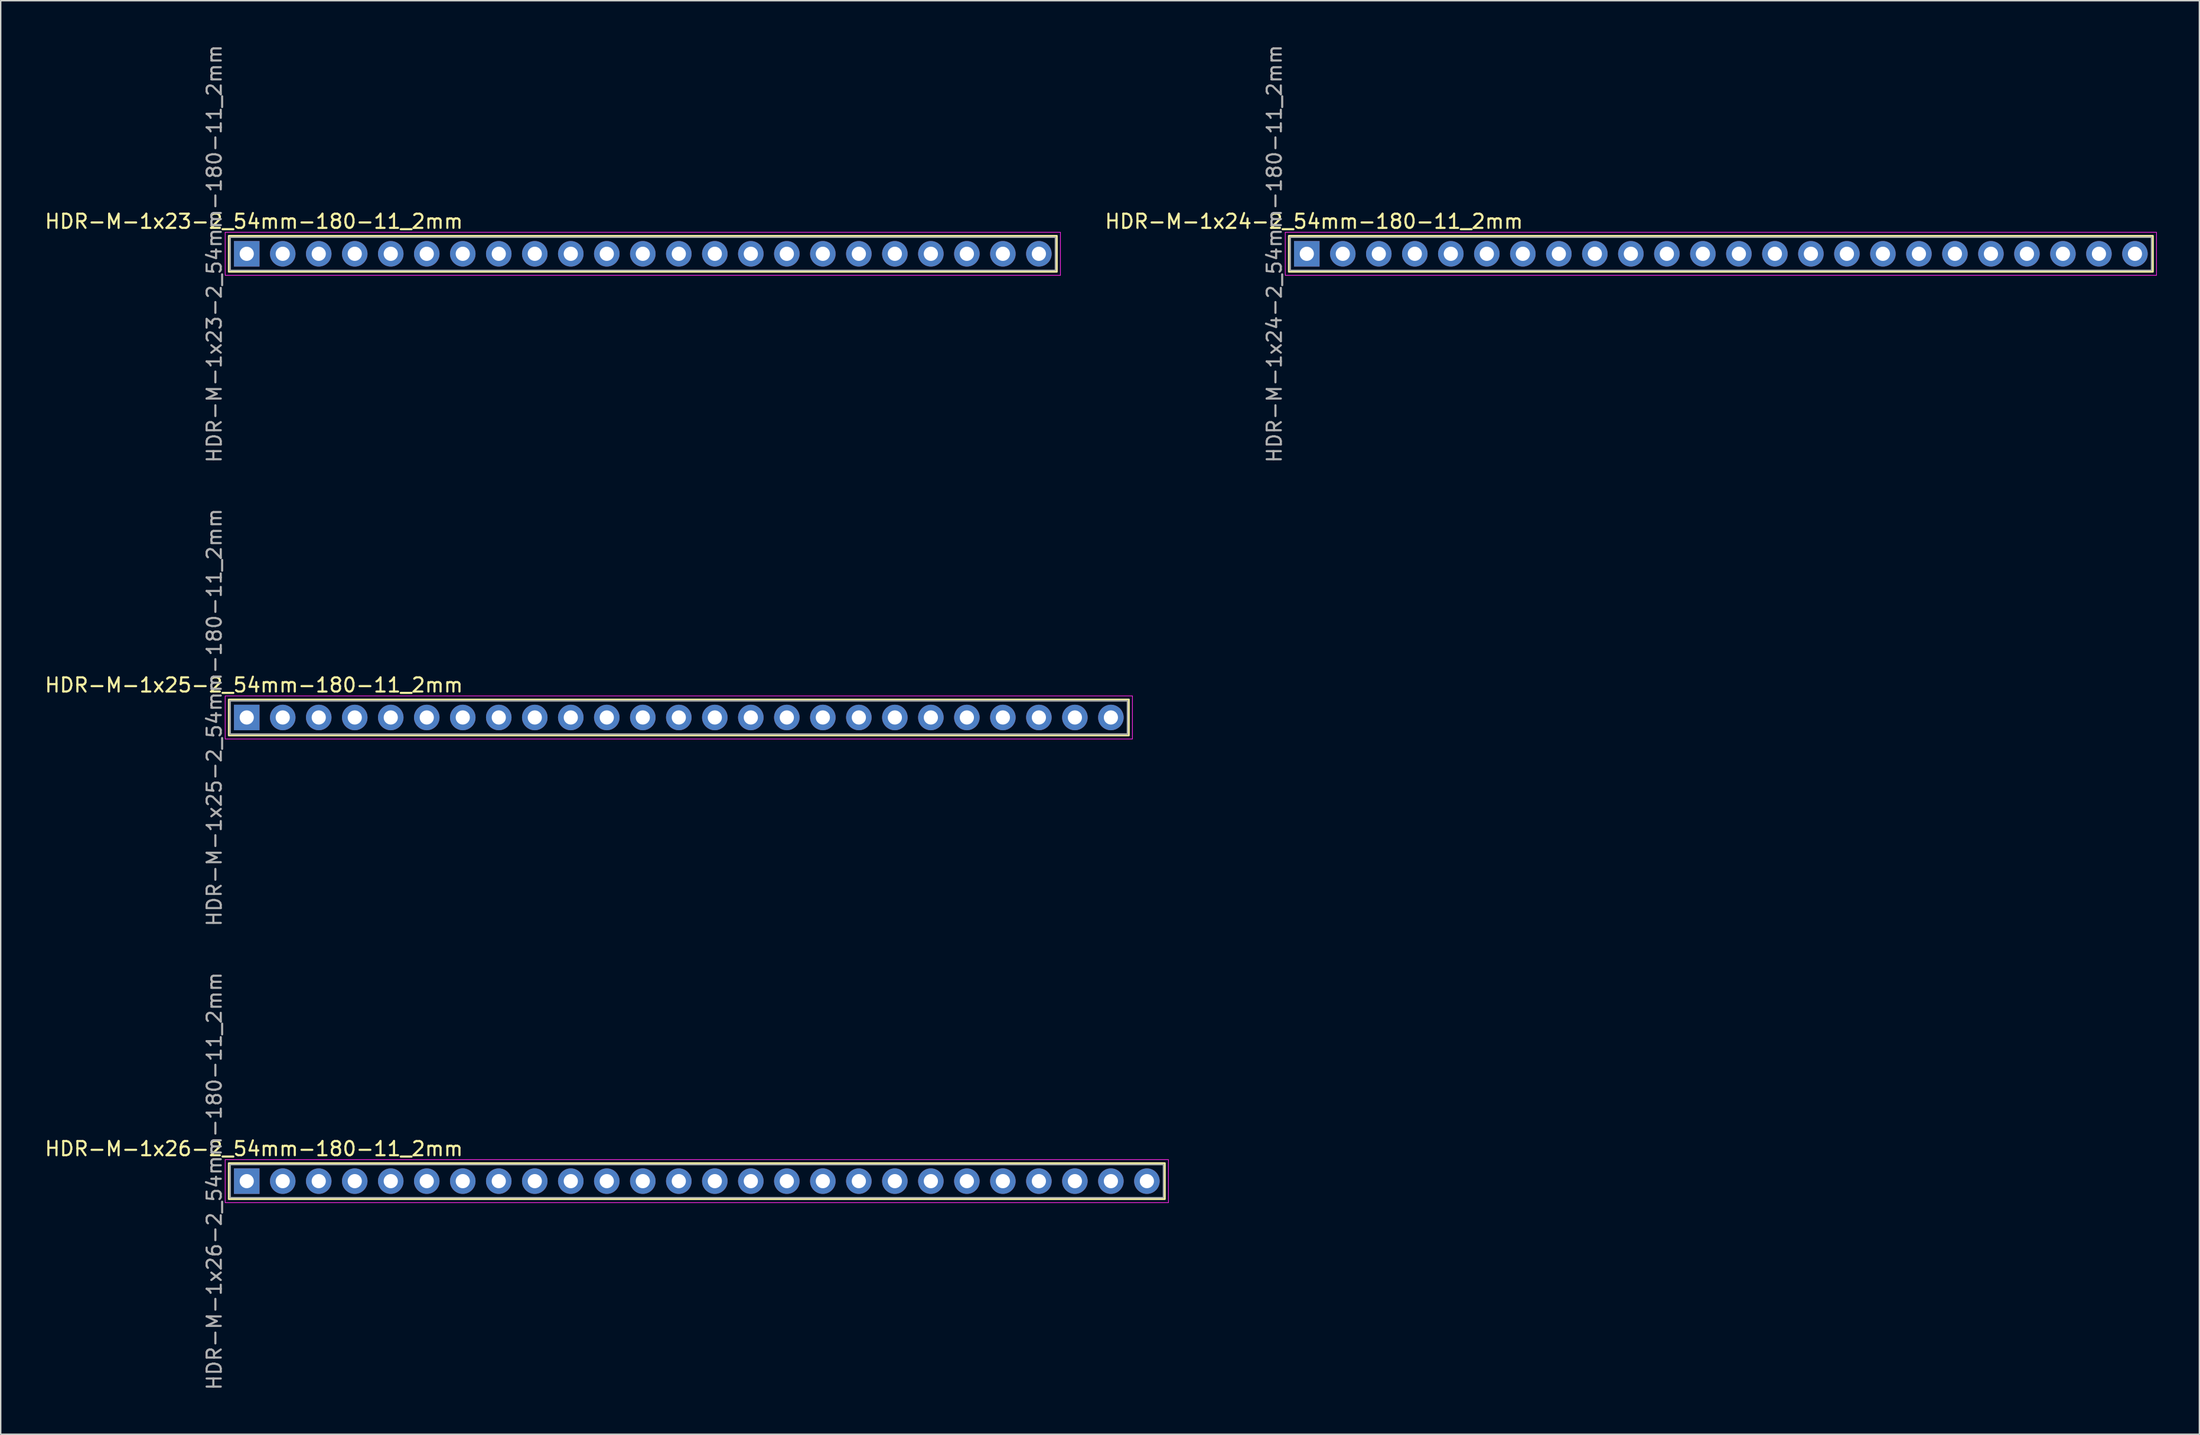
<source format=kicad_pcb>
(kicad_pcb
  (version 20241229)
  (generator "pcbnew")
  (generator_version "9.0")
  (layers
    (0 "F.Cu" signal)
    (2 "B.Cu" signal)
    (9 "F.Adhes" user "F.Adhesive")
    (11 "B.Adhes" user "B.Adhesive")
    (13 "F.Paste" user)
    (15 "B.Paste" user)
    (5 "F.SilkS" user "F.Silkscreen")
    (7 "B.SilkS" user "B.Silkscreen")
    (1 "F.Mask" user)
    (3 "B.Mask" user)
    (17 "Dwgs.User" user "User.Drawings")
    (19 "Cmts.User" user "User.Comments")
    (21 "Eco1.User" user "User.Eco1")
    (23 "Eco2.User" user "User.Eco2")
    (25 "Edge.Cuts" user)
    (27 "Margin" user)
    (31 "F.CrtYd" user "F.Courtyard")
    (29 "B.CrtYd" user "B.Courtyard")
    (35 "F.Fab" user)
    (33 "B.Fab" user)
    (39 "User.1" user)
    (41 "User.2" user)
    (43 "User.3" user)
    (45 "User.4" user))
  (footprint "HDR-M-1x26-2_54mm-180-11_2mm"
    (layer "F.Cu")
    (at 14.355 80.315)
    (property "Reference" "HDR-M-1x26-2_54mm-180-11_2mm" (at 0.508 -2.286 0) (unlocked yes) (layer "F.SilkS") (effects (font (size 1 1) (thickness 0.15))))
    (attr through_hole)
    (fp_rect (start -1.27 -1.27) (end 64.77 1.27) (stroke (width 0.12) (type solid)) (fill no) (layer "F.SilkS"))
    (fp_rect (start -1.52 -1.52) (end 65.02 1.52) (stroke (width 0.05) (type solid)) (fill no) (layer "F.CrtYd"))
    (fp_rect (start -1.17 -1.17) (end 64.67 1.17) (stroke (width 0.1) (type solid)) (fill no) (layer "F.Fab"))
    (fp_text user "${REFERENCE}" (at -2.286 0 90) (unlocked yes) (layer "F.Fab") (effects (font (size 1 1) (thickness 0.15))))
    (pad "1" thru_hole rect (at 0 0) (size 1.8 1.8) (drill 1) (layers "*.Cu" "*.Mask"))
    (pad "2" thru_hole circle (at 2.54 0) (size 1.8 1.8) (drill 1) (layers "*.Cu" "*.Mask"))
    (pad "3" thru_hole circle (at 5.08 0) (size 1.8 1.8) (drill 1) (layers "*.Cu" "*.Mask"))
    (pad "4" thru_hole circle (at 7.62 0) (size 1.8 1.8) (drill 1) (layers "*.Cu" "*.Mask"))
    (pad "5" thru_hole circle (at 10.16 0) (size 1.8 1.8) (drill 1) (layers "*.Cu" "*.Mask"))
    (pad "6" thru_hole circle (at 12.7 0) (size 1.8 1.8) (drill 1) (layers "*.Cu" "*.Mask"))
    (pad "7" thru_hole circle (at 15.24 0) (size 1.8 1.8) (drill 1) (layers "*.Cu" "*.Mask"))
    (pad "8" thru_hole circle (at 17.78 0) (size 1.8 1.8) (drill 1) (layers "*.Cu" "*.Mask"))
    (pad "9" thru_hole circle (at 20.32 0) (size 1.8 1.8) (drill 1) (layers "*.Cu" "*.Mask"))
    (pad "10" thru_hole circle (at 22.86 0) (size 1.8 1.8) (drill 1) (layers "*.Cu" "*.Mask"))
    (pad "11" thru_hole circle (at 25.4 0) (size 1.8 1.8) (drill 1) (layers "*.Cu" "*.Mask"))
    (pad "12" thru_hole circle (at 27.94 0) (size 1.8 1.8) (drill 1) (layers "*.Cu" "*.Mask"))
    (pad "13" thru_hole circle (at 30.48 0) (size 1.8 1.8) (drill 1) (layers "*.Cu" "*.Mask"))
    (pad "14" thru_hole circle (at 33.02 0) (size 1.8 1.8) (drill 1) (layers "*.Cu" "*.Mask"))
    (pad "15" thru_hole circle (at 35.56 0) (size 1.8 1.8) (drill 1) (layers "*.Cu" "*.Mask"))
    (pad "16" thru_hole circle (at 38.1 0) (size 1.8 1.8) (drill 1) (layers "*.Cu" "*.Mask"))
    (pad "17" thru_hole circle (at 40.64 0) (size 1.8 1.8) (drill 1) (layers "*.Cu" "*.Mask"))
    (pad "18" thru_hole circle (at 43.18 0) (size 1.8 1.8) (drill 1) (layers "*.Cu" "*.Mask"))
    (pad "19" thru_hole circle (at 45.72 0) (size 1.8 1.8) (drill 1) (layers "*.Cu" "*.Mask"))
    (pad "20" thru_hole circle (at 48.26 0) (size 1.8 1.8) (drill 1) (layers "*.Cu" "*.Mask"))
    (pad "21" thru_hole circle (at 50.8 0) (size 1.8 1.8) (drill 1) (layers "*.Cu" "*.Mask"))
    (pad "22" thru_hole circle (at 53.34 0) (size 1.8 1.8) (drill 1) (layers "*.Cu" "*.Mask"))
    (pad "23" thru_hole circle (at 55.88 0) (size 1.8 1.8) (drill 1) (layers "*.Cu" "*.Mask"))
    (pad "24" thru_hole circle (at 58.42 0) (size 1.8 1.8) (drill 1) (layers "*.Cu" "*.Mask"))
    (pad "25" thru_hole circle (at 60.96 0) (size 1.8 1.8) (drill 1) (layers "*.Cu" "*.Mask"))
    (pad "26" thru_hole circle (at 63.5 0) (size 1.8 1.8) (drill 1) (layers "*.Cu" "*.Mask")))
  (footprint "HDR-M-1x24-2_54mm-180-11_2mm"
    (layer "F.Cu")
    (at 89.135 14.863)
    (property "Reference" "HDR-M-1x24-2_54mm-180-11_2mm" (at 0.508 -2.286 0) (unlocked yes) (layer "F.SilkS") (effects (font (size 1 1) (thickness 0.15))))
    (attr through_hole)
    (fp_rect (start -1.27 -1.27) (end 59.69 1.27) (stroke (width 0.12) (type solid)) (fill no) (layer "F.SilkS"))
    (fp_rect (start -1.52 -1.52) (end 59.94 1.52) (stroke (width 0.05) (type solid)) (fill no) (layer "F.CrtYd"))
    (fp_rect (start -1.17 -1.17) (end 59.59 1.17) (stroke (width 0.1) (type solid)) (fill no) (layer "F.Fab"))
    (fp_text user "${REFERENCE}" (at -2.286 0 90) (unlocked yes) (layer "F.Fab") (effects (font (size 1 1) (thickness 0.15))))
    (pad "1" thru_hole rect (at 0 0) (size 1.8 1.8) (drill 1) (layers "*.Cu" "*.Mask"))
    (pad "2" thru_hole circle (at 2.54 0) (size 1.8 1.8) (drill 1) (layers "*.Cu" "*.Mask"))
    (pad "3" thru_hole circle (at 5.08 0) (size 1.8 1.8) (drill 1) (layers "*.Cu" "*.Mask"))
    (pad "4" thru_hole circle (at 7.62 0) (size 1.8 1.8) (drill 1) (layers "*.Cu" "*.Mask"))
    (pad "5" thru_hole circle (at 10.16 0) (size 1.8 1.8) (drill 1) (layers "*.Cu" "*.Mask"))
    (pad "6" thru_hole circle (at 12.7 0) (size 1.8 1.8) (drill 1) (layers "*.Cu" "*.Mask"))
    (pad "7" thru_hole circle (at 15.24 0) (size 1.8 1.8) (drill 1) (layers "*.Cu" "*.Mask"))
    (pad "8" thru_hole circle (at 17.78 0) (size 1.8 1.8) (drill 1) (layers "*.Cu" "*.Mask"))
    (pad "9" thru_hole circle (at 20.32 0) (size 1.8 1.8) (drill 1) (layers "*.Cu" "*.Mask"))
    (pad "10" thru_hole circle (at 22.86 0) (size 1.8 1.8) (drill 1) (layers "*.Cu" "*.Mask"))
    (pad "11" thru_hole circle (at 25.4 0) (size 1.8 1.8) (drill 1) (layers "*.Cu" "*.Mask"))
    (pad "12" thru_hole circle (at 27.94 0) (size 1.8 1.8) (drill 1) (layers "*.Cu" "*.Mask"))
    (pad "13" thru_hole circle (at 30.48 0) (size 1.8 1.8) (drill 1) (layers "*.Cu" "*.Mask"))
    (pad "14" thru_hole circle (at 33.02 0) (size 1.8 1.8) (drill 1) (layers "*.Cu" "*.Mask"))
    (pad "15" thru_hole circle (at 35.56 0) (size 1.8 1.8) (drill 1) (layers "*.Cu" "*.Mask"))
    (pad "16" thru_hole circle (at 38.1 0) (size 1.8 1.8) (drill 1) (layers "*.Cu" "*.Mask"))
    (pad "17" thru_hole circle (at 40.64 0) (size 1.8 1.8) (drill 1) (layers "*.Cu" "*.Mask"))
    (pad "18" thru_hole circle (at 43.18 0) (size 1.8 1.8) (drill 1) (layers "*.Cu" "*.Mask"))
    (pad "19" thru_hole circle (at 45.72 0) (size 1.8 1.8) (drill 1) (layers "*.Cu" "*.Mask"))
    (pad "20" thru_hole circle (at 48.26 0) (size 1.8 1.8) (drill 1) (layers "*.Cu" "*.Mask"))
    (pad "21" thru_hole circle (at 50.8 0) (size 1.8 1.8) (drill 1) (layers "*.Cu" "*.Mask"))
    (pad "22" thru_hole circle (at 53.34 0) (size 1.8 1.8) (drill 1) (layers "*.Cu" "*.Mask"))
    (pad "23" thru_hole circle (at 55.88 0) (size 1.8 1.8) (drill 1) (layers "*.Cu" "*.Mask"))
    (pad "24" thru_hole circle (at 58.42 0) (size 1.8 1.8) (drill 1) (layers "*.Cu" "*.Mask")))
  (footprint "HDR-M-1x25-2_54mm-180-11_2mm"
    (layer "F.Cu")
    (at 14.355 47.589)
    (property "Reference" "HDR-M-1x25-2_54mm-180-11_2mm" (at 0.508 -2.286 0) (unlocked yes) (layer "F.SilkS") (effects (font (size 1 1) (thickness 0.15))))
    (attr through_hole)
    (fp_rect (start -1.27 -1.27) (end 62.23 1.27) (stroke (width 0.12) (type solid)) (fill no) (layer "F.SilkS"))
    (fp_rect (start -1.52 -1.52) (end 62.48 1.52) (stroke (width 0.05) (type solid)) (fill no) (layer "F.CrtYd"))
    (fp_rect (start -1.17 -1.17) (end 62.13 1.17) (stroke (width 0.1) (type solid)) (fill no) (layer "F.Fab"))
    (fp_text user "${REFERENCE}" (at -2.286 0 90) (unlocked yes) (layer "F.Fab") (effects (font (size 1 1) (thickness 0.15))))
    (pad "1" thru_hole rect (at 0 0) (size 1.8 1.8) (drill 1) (layers "*.Cu" "*.Mask"))
    (pad "2" thru_hole circle (at 2.54 0) (size 1.8 1.8) (drill 1) (layers "*.Cu" "*.Mask"))
    (pad "3" thru_hole circle (at 5.08 0) (size 1.8 1.8) (drill 1) (layers "*.Cu" "*.Mask"))
    (pad "4" thru_hole circle (at 7.62 0) (size 1.8 1.8) (drill 1) (layers "*.Cu" "*.Mask"))
    (pad "5" thru_hole circle (at 10.16 0) (size 1.8 1.8) (drill 1) (layers "*.Cu" "*.Mask"))
    (pad "6" thru_hole circle (at 12.7 0) (size 1.8 1.8) (drill 1) (layers "*.Cu" "*.Mask"))
    (pad "7" thru_hole circle (at 15.24 0) (size 1.8 1.8) (drill 1) (layers "*.Cu" "*.Mask"))
    (pad "8" thru_hole circle (at 17.78 0) (size 1.8 1.8) (drill 1) (layers "*.Cu" "*.Mask"))
    (pad "9" thru_hole circle (at 20.32 0) (size 1.8 1.8) (drill 1) (layers "*.Cu" "*.Mask"))
    (pad "10" thru_hole circle (at 22.86 0) (size 1.8 1.8) (drill 1) (layers "*.Cu" "*.Mask"))
    (pad "11" thru_hole circle (at 25.4 0) (size 1.8 1.8) (drill 1) (layers "*.Cu" "*.Mask"))
    (pad "12" thru_hole circle (at 27.94 0) (size 1.8 1.8) (drill 1) (layers "*.Cu" "*.Mask"))
    (pad "13" thru_hole circle (at 30.48 0) (size 1.8 1.8) (drill 1) (layers "*.Cu" "*.Mask"))
    (pad "14" thru_hole circle (at 33.02 0) (size 1.8 1.8) (drill 1) (layers "*.Cu" "*.Mask"))
    (pad "15" thru_hole circle (at 35.56 0) (size 1.8 1.8) (drill 1) (layers "*.Cu" "*.Mask"))
    (pad "16" thru_hole circle (at 38.1 0) (size 1.8 1.8) (drill 1) (layers "*.Cu" "*.Mask"))
    (pad "17" thru_hole circle (at 40.64 0) (size 1.8 1.8) (drill 1) (layers "*.Cu" "*.Mask"))
    (pad "18" thru_hole circle (at 43.18 0) (size 1.8 1.8) (drill 1) (layers "*.Cu" "*.Mask"))
    (pad "19" thru_hole circle (at 45.72 0) (size 1.8 1.8) (drill 1) (layers "*.Cu" "*.Mask"))
    (pad "20" thru_hole circle (at 48.26 0) (size 1.8 1.8) (drill 1) (layers "*.Cu" "*.Mask"))
    (pad "21" thru_hole circle (at 50.8 0) (size 1.8 1.8) (drill 1) (layers "*.Cu" "*.Mask"))
    (pad "22" thru_hole circle (at 53.34 0) (size 1.8 1.8) (drill 1) (layers "*.Cu" "*.Mask"))
    (pad "23" thru_hole circle (at 55.88 0) (size 1.8 1.8) (drill 1) (layers "*.Cu" "*.Mask"))
    (pad "24" thru_hole circle (at 58.42 0) (size 1.8 1.8) (drill 1) (layers "*.Cu" "*.Mask"))
    (pad "25" thru_hole circle (at 60.96 0) (size 1.8 1.8) (drill 1) (layers "*.Cu" "*.Mask")))
  (footprint "HDR-M-1x23-2_54mm-180-11_2mm"
    (layer "F.Cu")
    (at 14.355 14.863)
    (property "Reference" "HDR-M-1x23-2_54mm-180-11_2mm" (at 0.508 -2.286 0) (unlocked yes) (layer "F.SilkS") (effects (font (size 1 1) (thickness 0.15))))
    (attr through_hole)
    (fp_rect (start -1.27 -1.27) (end 57.15 1.27) (stroke (width 0.12) (type solid)) (fill no) (layer "F.SilkS"))
    (fp_rect (start -1.52 -1.52) (end 57.4 1.52) (stroke (width 0.05) (type solid)) (fill no) (layer "F.CrtYd"))
    (fp_rect (start -1.17 -1.17) (end 57.05 1.17) (stroke (width 0.1) (type solid)) (fill no) (layer "F.Fab"))
    (fp_text user "${REFERENCE}" (at -2.286 0 90) (unlocked yes) (layer "F.Fab") (effects (font (size 1 1) (thickness 0.15))))
    (pad "1" thru_hole rect (at 0 0) (size 1.8 1.8) (drill 1) (layers "*.Cu" "*.Mask"))
    (pad "2" thru_hole circle (at 2.54 0) (size 1.8 1.8) (drill 1) (layers "*.Cu" "*.Mask"))
    (pad "3" thru_hole circle (at 5.08 0) (size 1.8 1.8) (drill 1) (layers "*.Cu" "*.Mask"))
    (pad "4" thru_hole circle (at 7.62 0) (size 1.8 1.8) (drill 1) (layers "*.Cu" "*.Mask"))
    (pad "5" thru_hole circle (at 10.16 0) (size 1.8 1.8) (drill 1) (layers "*.Cu" "*.Mask"))
    (pad "6" thru_hole circle (at 12.7 0) (size 1.8 1.8) (drill 1) (layers "*.Cu" "*.Mask"))
    (pad "7" thru_hole circle (at 15.24 0) (size 1.8 1.8) (drill 1) (layers "*.Cu" "*.Mask"))
    (pad "8" thru_hole circle (at 17.78 0) (size 1.8 1.8) (drill 1) (layers "*.Cu" "*.Mask"))
    (pad "9" thru_hole circle (at 20.32 0) (size 1.8 1.8) (drill 1) (layers "*.Cu" "*.Mask"))
    (pad "10" thru_hole circle (at 22.86 0) (size 1.8 1.8) (drill 1) (layers "*.Cu" "*.Mask"))
    (pad "11" thru_hole circle (at 25.4 0) (size 1.8 1.8) (drill 1) (layers "*.Cu" "*.Mask"))
    (pad "12" thru_hole circle (at 27.94 0) (size 1.8 1.8) (drill 1) (layers "*.Cu" "*.Mask"))
    (pad "13" thru_hole circle (at 30.48 0) (size 1.8 1.8) (drill 1) (layers "*.Cu" "*.Mask"))
    (pad "14" thru_hole circle (at 33.02 0) (size 1.8 1.8) (drill 1) (layers "*.Cu" "*.Mask"))
    (pad "15" thru_hole circle (at 35.56 0) (size 1.8 1.8) (drill 1) (layers "*.Cu" "*.Mask"))
    (pad "16" thru_hole circle (at 38.1 0) (size 1.8 1.8) (drill 1) (layers "*.Cu" "*.Mask"))
    (pad "17" thru_hole circle (at 40.64 0) (size 1.8 1.8) (drill 1) (layers "*.Cu" "*.Mask"))
    (pad "18" thru_hole circle (at 43.18 0) (size 1.8 1.8) (drill 1) (layers "*.Cu" "*.Mask"))
    (pad "19" thru_hole circle (at 45.72 0) (size 1.8 1.8) (drill 1) (layers "*.Cu" "*.Mask"))
    (pad "20" thru_hole circle (at 48.26 0) (size 1.8 1.8) (drill 1) (layers "*.Cu" "*.Mask"))
    (pad "21" thru_hole circle (at 50.8 0) (size 1.8 1.8) (drill 1) (layers "*.Cu" "*.Mask"))
    (pad "22" thru_hole circle (at 53.34 0) (size 1.8 1.8) (drill 1) (layers "*.Cu" "*.Mask"))
    (pad "23" thru_hole circle (at 55.88 0) (size 1.8 1.8) (drill 1) (layers "*.Cu" "*.Mask")))
  (gr_rect
    (start -3 -3)
    (end 152.1 98.179)
    (stroke (width 0.1) (type default))
    (fill no)
    (layer "Edge.Cuts")))
</source>
